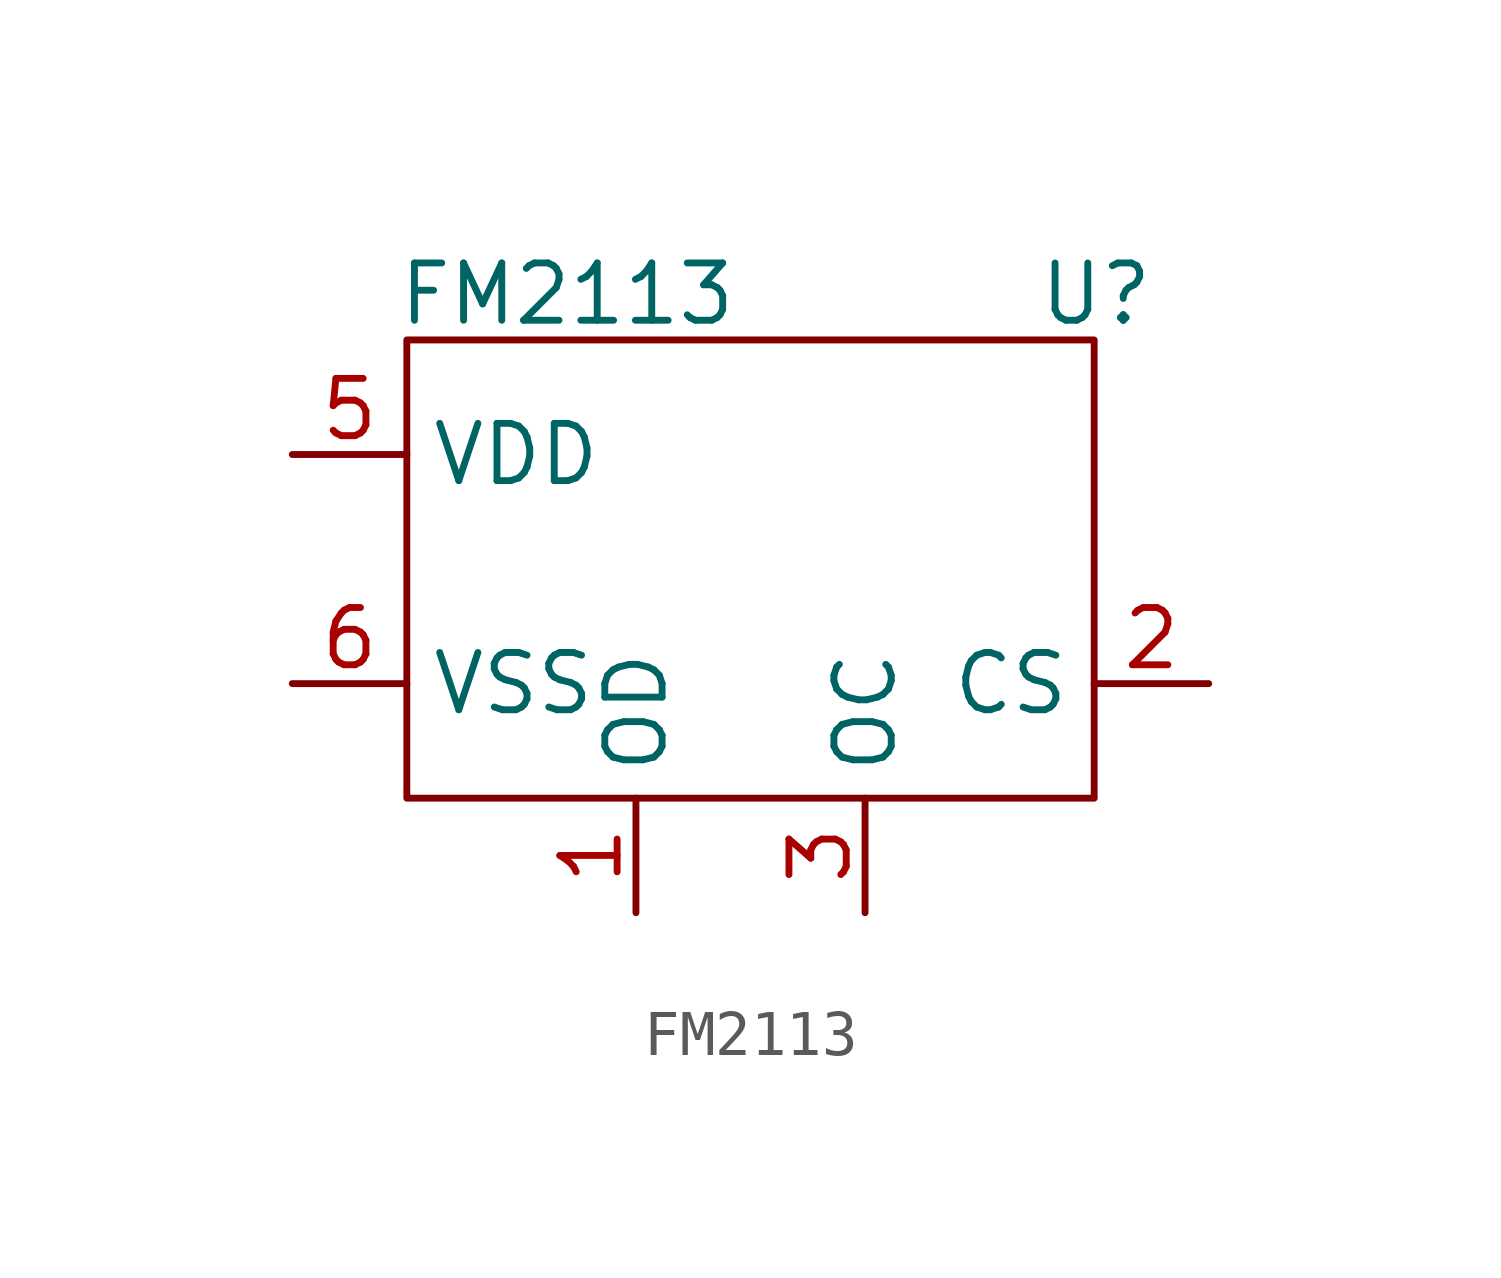
<source format=kicad_sym>
(kicad_symbol_lib
  (version 20241209)
  (generator "kicad_symbol_editor")
  (generator_version "9.0")
  (symbol "FM2113"
    (property "Reference" "U"
      (at 7.62 -0.254 0)
      (effects (font (size 1.27 1.27)) (justify left)))
    (property "Value" "FM2113"
      (at -2.794 -0.254 0)
      (effects (font (size 1.27 1.27))))
    (symbol "FM2113_0_1"
      (rectangle (start -6.35 -1.27) (end 8.89 -11.43) (stroke (width 0) (type default)) (fill (type none))))
    (symbol "FM2113_1_1"
      (pin input line (at -8.89 -3.81 0) (length 2.54) (name "VDD" (effects (font (size 1.27 1.27)))) (number "5" (effects (font (size 1.27 1.27)))))
      (pin input line (at -8.89 -8.89 0) (length 2.54) (name "VSS" (effects (font (size 1.27 1.27)))) (number "6" (effects (font (size 1.27 1.27)))))
      (pin input line (at -1.27 -13.97 90) (length 2.54) (name "OD" (effects (font (size 1.27 1.27)))) (number "1" (effects (font (size 1.27 1.27)))))
      (pin input line (at 3.81 -13.97 90) (length 2.54) (name "OC" (effects (font (size 1.27 1.27)))) (number "3" (effects (font (size 1.27 1.27)))))
      (pin input line (at 11.43 -8.89 180) (length 2.54) (name "CS" (effects (font (size 1.27 1.27)))) (number "2" (effects (font (size 1.27 1.27))))))))
</source>
